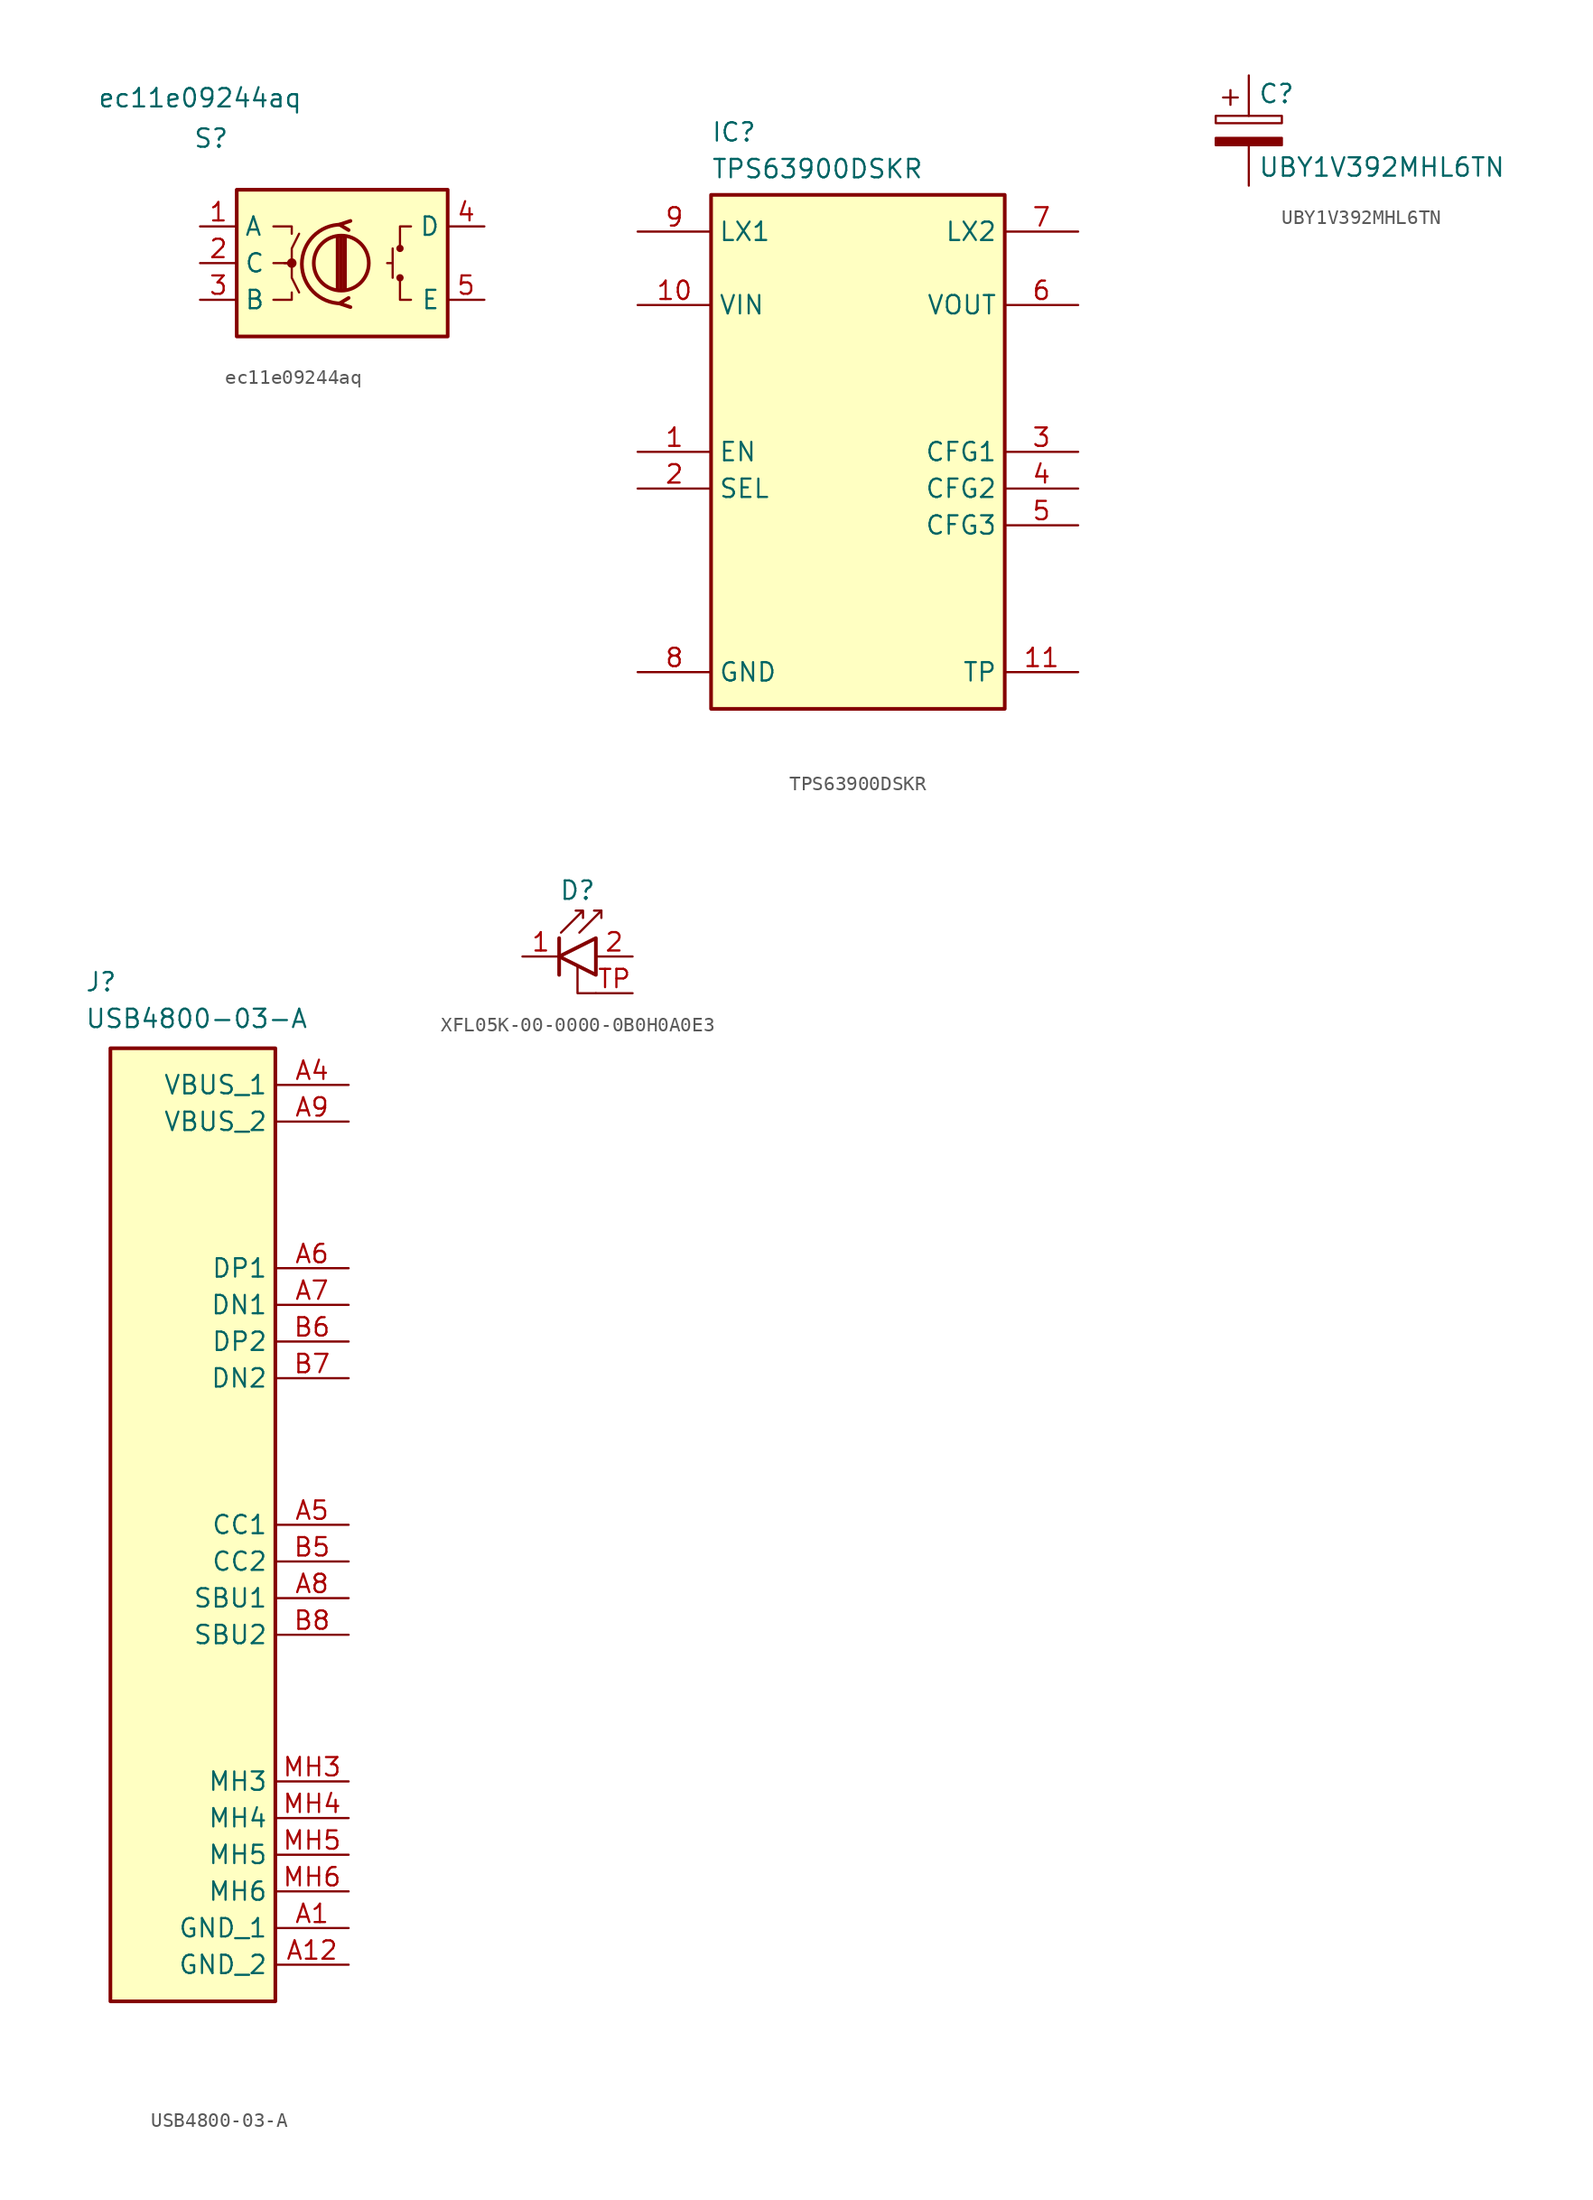
<source format=kicad_sym>
(kicad_symbol_lib
  (version 20241209)
  (generator "kicad_symbol_editor")
  (generator_version "9.0")
  (symbol "ec11e09244aq"
    (property "Reference" "S"
      (at 0.762 6.096 0)
      (effects (font (size 1.27 1.27))))
    (property "Value" "ec11e09244aq"
      (at 0 8.89 0)
      (effects (font (size 1.27 1.27))))
    (symbol "ec11e09244aq_0_1"
      (rectangle (start 2.54 2.54) (end 17.145 -7.62) (stroke (width 0.254) (type default)) (fill (type background)))
      (polyline (pts (xy 5.08 0) (xy 6.35 0) (xy 6.35 -0.508)) (stroke (width 0) (type default)) (fill (type none)))
      (polyline (pts (xy 5.08 -2.54) (xy 6.35 -2.54) (xy 6.35 -3.556) (xy 6.858 -4.572)) (stroke (width 0) (type default)) (fill (type none)))
      (polyline (pts (xy 5.08 -5.08) (xy 6.35 -5.08) (xy 6.35 -4.572)) (stroke (width 0) (type default)) (fill (type none)))
      (polyline (pts (xy 5.842 -2.54) (xy 6.35 -2.54) (xy 6.35 -1.524) (xy 6.858 -0.508)) (stroke (width 0) (type default)) (fill (type none)))
      (circle (center 6.35 -2.54) (radius 0.254) (stroke (width 0) (type default)) (fill (type outline)))
      (polyline (pts (xy 9.525 -4.318) (xy 9.525 -0.762)) (stroke (width 0.254) (type default)) (fill (type none)))
      (circle (center 9.779 -2.54) (radius 1.905) (stroke (width 0.254) (type default)) (fill (type none)))
      (polyline (pts (xy 9.779 -4.318) (xy 9.779 -0.762)) (stroke (width 0.254) (type default)) (fill (type none)))
      (arc (start 9.779 -5.334) (mid 7.0612 -2.6035) (end 9.779 0.127) (stroke (width 0.254) (type default)) (fill (type none)))
      (polyline (pts (xy 10.033 -0.762) (xy 10.033 -4.318)) (stroke (width 0.254) (type default)) (fill (type none)))
      (polyline (pts (xy 10.414 0.381) (xy 9.652 0.127) (xy 10.287 -0.254)) (stroke (width 0.254) (type default)) (fill (type none)))
      (polyline (pts (xy 10.414 -5.588) (xy 9.652 -5.334) (xy 10.287 -4.953)) (stroke (width 0.254) (type default)) (fill (type none)))
      (circle (center 13.843 -1.524) (radius 0.127) (stroke (width 0.254) (type default)) (fill (type none)))
      (circle (center 13.843 -3.556) (radius 0.127) (stroke (width 0.254) (type default)) (fill (type none))))
    (symbol "ec11e09244aq_1_1"
      (polyline (pts (xy 13.335 -1.524) (xy 13.335 -3.556)) (stroke (width 0) (type solid)) (fill (type none)))
      (polyline (pts (xy 13.335 -2.54) (xy 12.954 -2.54)) (stroke (width 0) (type solid)) (fill (type none)))
      (polyline (pts (xy 14.605 0) (xy 13.843 0) (xy 13.843 -1.524)) (stroke (width 0) (type solid)) (fill (type none)))
      (polyline (pts (xy 14.605 -5.08) (xy 13.843 -5.08) (xy 13.843 -3.556)) (stroke (width 0) (type solid)) (fill (type none)))
      (pin passive line (at 0 0 0) (length 2.54) (name "A" (effects (font (size 1.27 1.27)))) (number "1" (effects (font (size 1.27 1.27)))))
      (pin passive line (at 0 -2.54 0) (length 2.54) (name "C" (effects (font (size 1.27 1.27)))) (number "2" (effects (font (size 1.27 1.27)))))
      (pin passive line (at 0 -5.08 0) (length 2.54) (name "B" (effects (font (size 1.27 1.27)))) (number "3" (effects (font (size 1.27 1.27)))))
      (pin passive line (at 19.685 0 180) (length 2.54) (name "D" (effects (font (size 1.27 1.27)))) (number "4" (effects (font (size 1.27 1.27)))))
      (pin passive line (at 19.685 -5.08 180) (length 2.54) (name "E" (effects (font (size 1.27 1.27)))) (number "5" (effects (font (size 1.27 1.27)))))))
  (symbol "TPS63900DSKR"
    (property "Reference" "IC"
      (at 0 5.08 0)
      (effects (font (size 1.27 1.27)) (justify left top)))
    (property "Value" "TPS63900DSKR"
      (at 0 2.54 0)
      (effects (font (size 1.27 1.27)) (justify left top)))
    (symbol "TPS63900DSKR_1_1"
      (rectangle (start 0 0) (end 20.32 -35.56) (stroke (width 0.254) (type default)) (fill (type background)))
      (pin passive line (at -5.08 -2.54 0) (length 5.08) (name "LX1" (effects (font (size 1.27 1.27)))) (number "9" (effects (font (size 1.27 1.27)))))
      (pin power_in line (at -5.08 -7.62 0) (length 5.08) (name "VIN" (effects (font (size 1.27 1.27)))) (number "10" (effects (font (size 1.27 1.27)))))
      (pin input line (at -5.08 -17.78 0) (length 5.08) (name "EN" (effects (font (size 1.27 1.27)))) (number "1" (effects (font (size 1.27 1.27)))))
      (pin input line (at -5.08 -20.32 0) (length 5.08) (name "SEL" (effects (font (size 1.27 1.27)))) (number "2" (effects (font (size 1.27 1.27)))))
      (pin passive line (at -5.08 -33.02 0) (length 5.08) (name "GND" (effects (font (size 1.27 1.27)))) (number "8" (effects (font (size 1.27 1.27)))))
      (pin passive line (at 25.4 -2.54 180) (length 5.08) (name "LX2" (effects (font (size 1.27 1.27)))) (number "7" (effects (font (size 1.27 1.27)))))
      (pin power_out line (at 25.4 -7.62 180) (length 5.08) (name "VOUT" (effects (font (size 1.27 1.27)))) (number "6" (effects (font (size 1.27 1.27)))))
      (pin passive line (at 25.4 -17.78 180) (length 5.08) (name "CFG1" (effects (font (size 1.27 1.27)))) (number "3" (effects (font (size 1.27 1.27)))))
      (pin passive line (at 25.4 -20.32 180) (length 5.08) (name "CFG2" (effects (font (size 1.27 1.27)))) (number "4" (effects (font (size 1.27 1.27)))))
      (pin passive line (at 25.4 -22.86 180) (length 5.08) (name "CFG3" (effects (font (size 1.27 1.27)))) (number "5" (effects (font (size 1.27 1.27)))))
      (pin passive line (at 25.4 -33.02 180) (length 5.08) (name "TP" (effects (font (size 1.27 1.27)))) (number "11" (effects (font (size 1.27 1.27)))))))
  (symbol "UBY1V392MHL6TN"
    (pin_numbers
      (hide yes))
    (pin_names
      (offset 0.254))
    (property "Reference" "C"
      (at 0.635 2.54 0)
      (effects (font (size 1.27 1.27)) (justify left)))
    (property "Value" "UBY1V392MHL6TN"
      (at 0.635 -2.54 0)
      (effects (font (size 1.27 1.27)) (justify left)))
    (symbol "UBY1V392MHL6TN_0_1"
      (rectangle (start -2.286 0.508) (end 2.286 1.016) (stroke (width 0) (type default)) (fill (type none)))
      (polyline (pts (xy -1.778 2.286) (xy -0.762 2.286)) (stroke (width 0) (type default)) (fill (type none)))
      (polyline (pts (xy -1.27 2.794) (xy -1.27 1.778)) (stroke (width 0) (type default)) (fill (type none)))
      (rectangle (start 2.286 -0.508) (end -2.286 -1.016) (stroke (width 0) (type default)) (fill (type outline))))
    (symbol "UBY1V392MHL6TN_1_1"
      (pin passive line (at 0 3.81 270) (length 2.794) (name "~" (effects (font (size 1.27 1.27)))) (number "1" (effects (font (size 1.27 1.27)))))
      (pin passive line (at 0 -3.81 90) (length 2.794) (name "~" (effects (font (size 1.27 1.27)))) (number "2" (effects (font (size 1.27 1.27)))))))
  (symbol "USB4800-03-A"
    (property "Reference" "J"
      (at -8.128 5.334 0)
      (effects (font (size 1.27 1.27)) (justify left top)))
    (property "Value" "USB4800-03-A"
      (at -8.128 2.794 0)
      (effects (font (size 1.27 1.27)) (justify left top)))
    (symbol "USB4800-03-A_1_1"
      (rectangle (start -6.35 0) (end 5.08 -66.04) (stroke (width 0.254) (type default)) (fill (type background)))
      (pin passive line (at 10.16 -2.54 180) (length 5.08) (name "VBUS_1" (effects (font (size 1.27 1.27)))) (number "A4" (effects (font (size 1.27 1.27)))))
      (pin passive line (at 10.16 -5.08 180) (length 5.08) (name "VBUS_2" (effects (font (size 1.27 1.27)))) (number "A9" (effects (font (size 1.27 1.27)))))
      (pin passive line (at 10.16 -15.24 180) (length 5.08) (name "DP1" (effects (font (size 1.27 1.27)))) (number "A6" (effects (font (size 1.27 1.27)))))
      (pin passive line (at 10.16 -17.78 180) (length 5.08) (name "DN1" (effects (font (size 1.27 1.27)))) (number "A7" (effects (font (size 1.27 1.27)))))
      (pin passive line (at 10.16 -20.32 180) (length 5.08) (name "DP2" (effects (font (size 1.27 1.27)))) (number "B6" (effects (font (size 1.27 1.27)))))
      (pin passive line (at 10.16 -22.86 180) (length 5.08) (name "DN2" (effects (font (size 1.27 1.27)))) (number "B7" (effects (font (size 1.27 1.27)))))
      (pin passive line (at 10.16 -33.02 180) (length 5.08) (name "CC1" (effects (font (size 1.27 1.27)))) (number "A5" (effects (font (size 1.27 1.27)))))
      (pin passive line (at 10.16 -35.56 180) (length 5.08) (name "CC2" (effects (font (size 1.27 1.27)))) (number "B5" (effects (font (size 1.27 1.27)))))
      (pin passive line (at 10.16 -38.1 180) (length 5.08) (name "SBU1" (effects (font (size 1.27 1.27)))) (number "A8" (effects (font (size 1.27 1.27)))))
      (pin passive line (at 10.16 -40.64 180) (length 5.08) (name "SBU2" (effects (font (size 1.27 1.27)))) (number "B8" (effects (font (size 1.27 1.27)))))
      (pin passive line (at 10.16 -50.8 180) (length 5.08) (name "MH3" (effects (font (size 1.27 1.27)))) (number "MH3" (effects (font (size 1.27 1.27)))))
      (pin passive line (at 10.16 -53.34 180) (length 5.08) (name "MH4" (effects (font (size 1.27 1.27)))) (number "MH4" (effects (font (size 1.27 1.27)))))
      (pin passive line (at 10.16 -55.88 180) (length 5.08) (name "MH5" (effects (font (size 1.27 1.27)))) (number "MH5" (effects (font (size 1.27 1.27)))))
      (pin passive line (at 10.16 -58.42 180) (length 5.08) (name "MH6" (effects (font (size 1.27 1.27)))) (number "MH6" (effects (font (size 1.27 1.27)))))
      (pin passive line (at 10.16 -60.96 180) (length 5.08) (name "GND_1" (effects (font (size 1.27 1.27)))) (number "A1" (effects (font (size 1.27 1.27)))))
      (pin passive line (at 10.16 -63.5 180) (length 5.08) (name "GND_2" (effects (font (size 1.27 1.27)))) (number "A12" (effects (font (size 1.27 1.27)))))))
  (symbol "XFL05K-00-0000-0B0H0A0E3"
    (property "Reference" "D"
      (at 0 4.572 0)
      (effects (font (size 1.27 1.27))))
    (property "Value" ""
      (at 0 0 0)
      (effects (font (size 1.27 1.27))))
    (symbol "XFL05K-00-0000-0B0H0A0E3_0_1"
      (polyline (pts (xy -1.27 1.27) (xy -1.27 -1.27)) (stroke (width 0.254) (type default)) (fill (type none)))
      (polyline (pts (xy -1.143 1.651) (xy 0.381 3.175) (xy 0.381 2.667) (xy 0.381 3.175) (xy -0.127 3.175)) (stroke (width 0) (type default)) (fill (type none)))
      (polyline (pts (xy 0.127 1.651) (xy 1.651 3.175) (xy 1.651 2.667)) (stroke (width 0) (type default)) (fill (type none)))
      (polyline (pts (xy 1.27 -1.27) (xy 1.27 1.27) (xy -1.27 0) (xy 1.27 -1.27)) (stroke (width 0.254) (type default)) (fill (type none)))
      (polyline (pts (xy 1.27 -2.54) (xy 0 -2.54) (xy 0 -0.635)) (stroke (width 0) (type default)) (fill (type none)))
      (polyline (pts (xy 1.651 3.175) (xy 1.143 3.175)) (stroke (width 0) (type default)) (fill (type none))))
    (symbol "XFL05K-00-0000-0B0H0A0E3_1_1"
      (pin passive line (at -3.81 0 0) (length 2.54) (name "K" (effects (font (size 0 0)))) (number "1" (effects (font (size 1.27 1.27)))))
      (pin passive line (at 3.81 0 180) (length 2.54) (name "A" (effects (font (size 0 0)))) (number "2" (effects (font (size 1.27 1.27)))))
      (pin passive line (at 3.81 -2.54 180) (length 2.54) (name "TP" (effects (font (size 0 0)))) (number "TP" (effects (font (size 1.27 1.27))))))))
</source>
